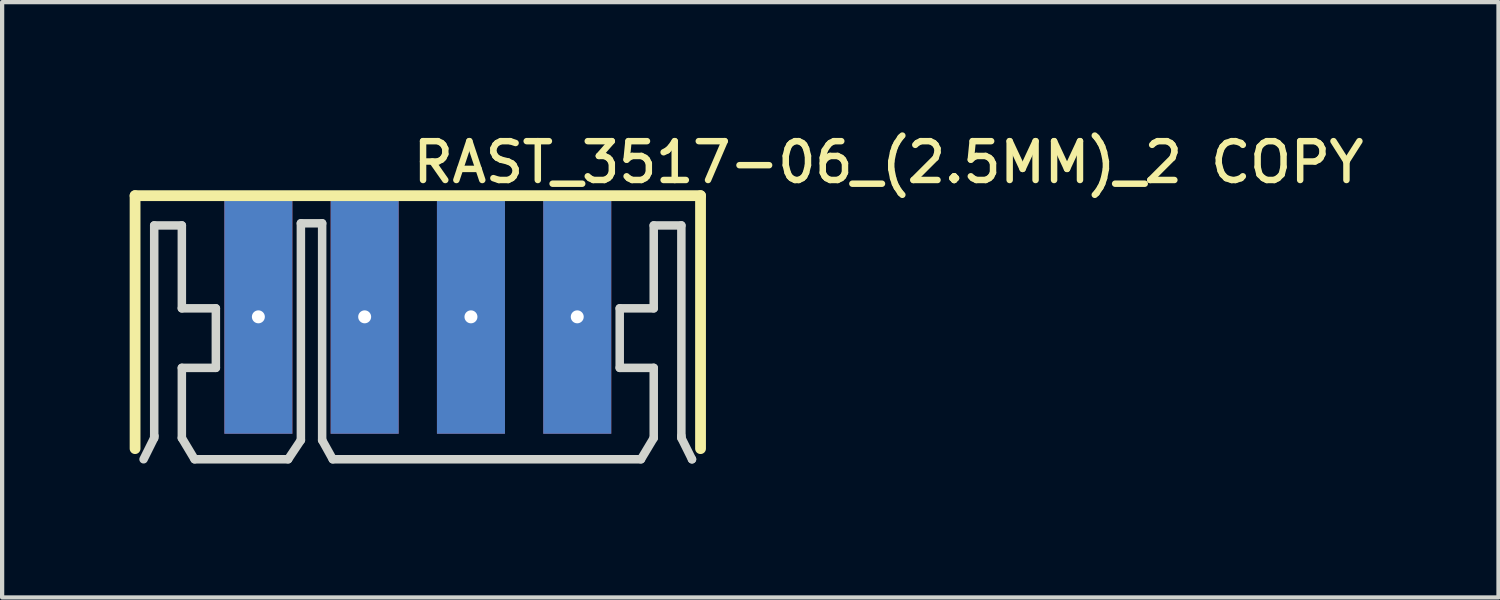
<source format=kicad_pcb>
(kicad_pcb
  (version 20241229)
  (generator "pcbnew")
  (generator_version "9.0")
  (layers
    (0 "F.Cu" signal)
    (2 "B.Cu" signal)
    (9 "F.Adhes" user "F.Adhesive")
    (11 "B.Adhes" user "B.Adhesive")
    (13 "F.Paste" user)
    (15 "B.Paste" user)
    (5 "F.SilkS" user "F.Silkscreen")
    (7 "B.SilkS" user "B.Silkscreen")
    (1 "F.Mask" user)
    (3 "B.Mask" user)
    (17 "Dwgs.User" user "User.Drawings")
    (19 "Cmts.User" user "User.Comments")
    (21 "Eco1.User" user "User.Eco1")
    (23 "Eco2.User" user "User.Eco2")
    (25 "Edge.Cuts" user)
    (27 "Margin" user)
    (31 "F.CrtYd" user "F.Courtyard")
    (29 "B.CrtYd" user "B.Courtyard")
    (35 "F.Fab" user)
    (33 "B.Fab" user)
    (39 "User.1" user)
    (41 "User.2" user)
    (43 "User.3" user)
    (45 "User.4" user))
  (footprint "RAST_3517-06_(2.5MM)_2 COPY"
    (layer "F.Cu")
    (at 3.027 7.752)
    (property "Reference" "RAST_3517-06_(2.5MM)_2 COPY" (at 3.556 -7.518 0) (layer "F.SilkS") (effects (font (size 0.914 0.914) (thickness 0.152)) (justify left top)))
    (fp_line (start -2.9 -6.2) (end 10.4 -6.2) (stroke (width 0.254) (type default)) (layer "F.SilkS"))
    (fp_line (start -2.9 -0.25) (end -2.9 -6.2) (stroke (width 0.254) (type default)) (layer "F.SilkS"))
    (fp_line (start 10.4 -6.2) (end 10.4 -0.25) (stroke (width 0.254) (type default)) (layer "F.SilkS"))
    (fp_line (start -2.451 -0.5) (end -2.7 0) (stroke (width 0.2) (type default)) (layer "Edge.Cuts"))
    (fp_line (start -2.45 -5.5) (end -2.45 -0.55) (stroke (width 0.2) (type default)) (layer "Edge.Cuts"))
    (fp_line (start -2.45 -0.55) (end -2.451 -0.5) (stroke (width 0.2) (type default)) (layer "Edge.Cuts"))
    (fp_line (start -2.45 -0.55) (end -2.45 -0.55) (stroke (width 0.2) (type default)) (layer "Edge.Cuts"))
    (fp_line (start -1.8 -5.5) (end -2.45 -5.5) (stroke (width 0.2) (type default)) (layer "Edge.Cuts"))
    (fp_line (start -1.8 -3.55) (end -1.8 -5.5) (stroke (width 0.2) (type default)) (layer "Edge.Cuts"))
    (fp_line (start -1.8 -2.15) (end -1 -2.15) (stroke (width 0.2) (type default)) (layer "Edge.Cuts"))
    (fp_line (start -1.8 -0.5) (end -1.8 -2.15) (stroke (width 0.2) (type default)) (layer "Edge.Cuts"))
    (fp_line (start -1.8 -0.5) (end -1.5 0) (stroke (width 0.2) (type default)) (layer "Edge.Cuts"))
    (fp_line (start -1.5 0) (end 0.7 0) (stroke (width 0.2) (type default)) (layer "Edge.Cuts"))
    (fp_line (start -1 -3.55) (end -1.8 -3.55) (stroke (width 0.2) (type default)) (layer "Edge.Cuts"))
    (fp_line (start -1 -2.15) (end -1 -3.55) (stroke (width 0.2) (type default)) (layer "Edge.Cuts"))
    (fp_line (start 0.7 0) (end 1 -0.45) (stroke (width 0.2) (type default)) (layer "Edge.Cuts"))
    (fp_line (start 1 -5.55) (end 1.5 -5.55) (stroke (width 0.2) (type default)) (layer "Edge.Cuts"))
    (fp_line (start 1 -0.45) (end 1 -5.55) (stroke (width 0.2) (type default)) (layer "Edge.Cuts"))
    (fp_line (start 1.5 -5.55) (end 1.5 -0.45) (stroke (width 0.2) (type default)) (layer "Edge.Cuts"))
    (fp_line (start 1.5 -0.45) (end 1.75 0) (stroke (width 0.2) (type default)) (layer "Edge.Cuts"))
    (fp_line (start 1.75 0) (end 8.999 0) (stroke (width 0.2) (type default)) (layer "Edge.Cuts"))
    (fp_line (start 8.499 -3.55) (end 9.299 -3.55) (stroke (width 0.2) (type default)) (layer "Edge.Cuts"))
    (fp_line (start 8.499 -2.15) (end 8.499 -3.55) (stroke (width 0.2) (type default)) (layer "Edge.Cuts"))
    (fp_line (start 9.299 -5.5) (end 9.949 -5.5) (stroke (width 0.2) (type default)) (layer "Edge.Cuts"))
    (fp_line (start 9.299 -3.55) (end 9.299 -5.5) (stroke (width 0.2) (type default)) (layer "Edge.Cuts"))
    (fp_line (start 9.299 -2.15) (end 8.499 -2.15) (stroke (width 0.2) (type default)) (layer "Edge.Cuts"))
    (fp_line (start 9.299 -0.5) (end 8.999 0) (stroke (width 0.2) (type default)) (layer "Edge.Cuts"))
    (fp_line (start 9.299 -0.5) (end 9.299 -2.15) (stroke (width 0.2) (type default)) (layer "Edge.Cuts"))
    (fp_line (start 9.949 -5.5) (end 9.949 -0.55) (stroke (width 0.2) (type default)) (layer "Edge.Cuts"))
    (fp_line (start 9.949 -0.55) (end 9.95 -0.5) (stroke (width 0.2) (type default)) (layer "Edge.Cuts"))
    (fp_line (start 9.95 -0.5) (end 10.199 0.0004) (stroke (width 0.2) (type default)) (layer "Edge.Cuts"))
    (fp_line (start 10.199 0.0004) (end 10.199 0.0004) (stroke (width 0.2) (type default)) (layer "Edge.Cuts"))
    (pad "1" thru_hole rect (at 7.5 -3.35) (size 1.6 5.5) (drill 0.305) (layers "*.Cu" "*.Mask"))
    (pad "2" thru_hole rect (at 5 -3.35) (size 1.6 5.5) (drill 0.305) (layers "*.Cu" "*.Mask"))
    (pad "3" thru_hole rect (at 2.5 -3.35) (size 1.6 5.5) (drill 0.305) (layers "*.Cu" "*.Mask"))
    (pad "4" thru_hole rect (at 0 -3.35) (size 1.6 5.5) (drill 0.305) (layers "*.Cu" "*.Mask")))
  (gr_rect
    (start -3 -3)
    (end 32.195 11.002)
    (stroke (width 0.1) (type default))
    (fill no)
    (layer "Edge.Cuts")))
</source>
